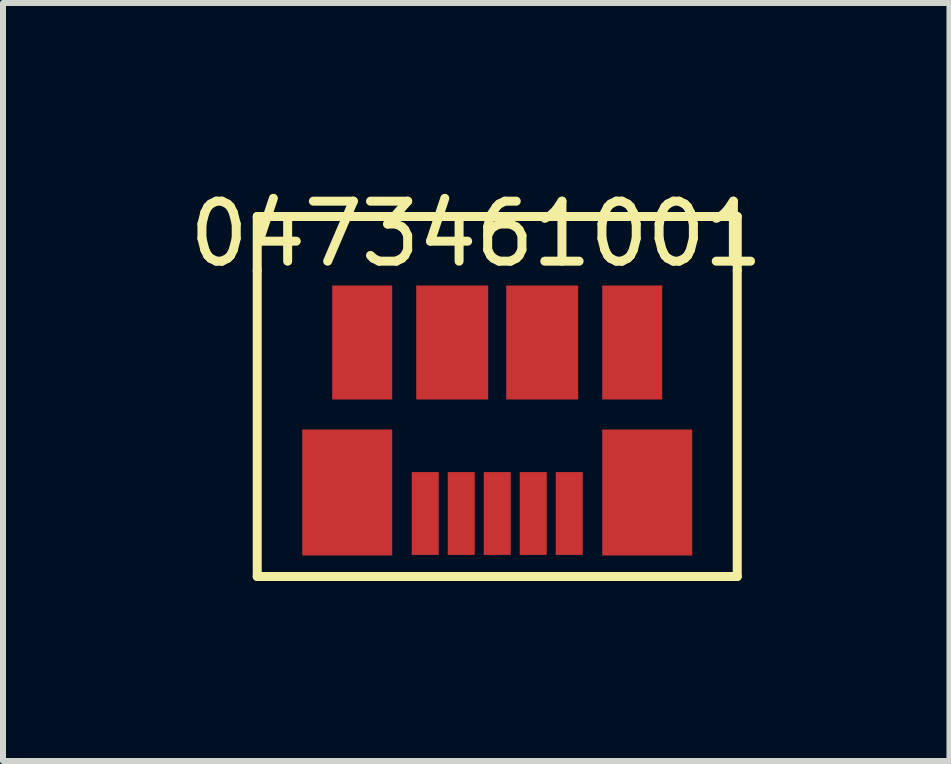
<source format=kicad_pcb>
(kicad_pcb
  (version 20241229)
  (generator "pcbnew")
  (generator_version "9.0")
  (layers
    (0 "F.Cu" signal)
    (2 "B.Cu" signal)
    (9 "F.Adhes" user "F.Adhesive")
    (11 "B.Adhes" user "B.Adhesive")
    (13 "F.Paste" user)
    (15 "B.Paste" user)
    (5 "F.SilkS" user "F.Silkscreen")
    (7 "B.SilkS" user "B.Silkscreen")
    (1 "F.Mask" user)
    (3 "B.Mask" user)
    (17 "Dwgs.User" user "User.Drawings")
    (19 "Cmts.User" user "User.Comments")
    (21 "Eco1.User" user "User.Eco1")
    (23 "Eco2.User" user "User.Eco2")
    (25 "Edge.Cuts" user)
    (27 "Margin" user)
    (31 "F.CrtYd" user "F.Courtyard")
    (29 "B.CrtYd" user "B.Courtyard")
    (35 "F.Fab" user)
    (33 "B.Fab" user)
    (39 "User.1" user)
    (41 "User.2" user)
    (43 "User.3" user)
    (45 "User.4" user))
  (footprint "0473461001"
    (layer "F.Cu")
    (at 4.887 0.348)
    (property "Reference" "0473461001" (at 0 0.5 0) (layer "F.SilkS") (effects (font (size 1 1) (thickness 0.15))))
    (attr through_hole)
    (fp_line (start -3.65 0.21) (end -3.65 1.11) (stroke (width 0.15) (type solid)) (layer "F.SilkS"))
    (fp_line (start -3.65 1.11) (end -3.65 6.21) (stroke (width 0.15) (type solid)) (layer "F.SilkS"))
    (fp_line (start -3.65 6.21) (end 4.35 6.21) (stroke (width 0.15) (type solid)) (layer "F.SilkS"))
    (fp_line (start 4.35 0.21) (end -3.65 0.21) (stroke (width 0.15) (type solid)) (layer "F.SilkS"))
    (fp_line (start 4.35 0.21) (end 4.35 1.11) (stroke (width 0.15) (type solid)) (layer "F.SilkS"))
    (fp_line (start 4.35 1.11) (end 4.35 6.21) (stroke (width 0.15) (type solid)) (layer "F.SilkS"))
    (pad "1" smd rect (at 1.55 5.16) (size 0.45 1.38) (layers "F.Cu" "F.Mask" "F.Paste"))
    (pad "2" smd rect (at 0.95 5.16) (size 0.45 1.38) (layers "F.Cu" "F.Mask" "F.Paste"))
    (pad "3" smd rect (at 0.35 5.16) (size 0.45 1.38) (layers "F.Cu" "F.Mask" "F.Paste"))
    (pad "4" smd rect (at -0.25 5.16) (size 0.45 1.38) (layers "F.Cu" "F.Mask" "F.Paste"))
    (pad "5" smd rect (at -2.15 4.81) (size 1.5 2.1) (layers "F.Cu" "F.Mask" "F.Paste"))
    (pad "5" smd rect (at -1.9 2.31) (size 1 1.9) (layers "F.Cu" "F.Mask" "F.Paste"))
    (pad "5" smd rect (at -0.85 5.16) (size 0.45 1.38) (layers "F.Cu" "F.Mask" "F.Paste"))
    (pad "5" smd rect (at -0.4 2.31) (size 1.2 1.9) (layers "F.Cu" "F.Mask" "F.Paste"))
    (pad "5" smd rect (at 1.1 2.31) (size 1.2 1.9) (layers "F.Cu" "F.Mask" "F.Paste"))
    (pad "5" smd rect (at 2.6 2.31) (size 1 1.9) (layers "F.Cu" "F.Mask" "F.Paste"))
    (pad "5" smd rect (at 2.85 4.81) (size 1.5 2.1) (layers "F.Cu" "F.Mask" "F.Paste")))
  (gr_rect
    (start -3 -3)
    (end 12.774 9.633)
    (stroke (width 0.1) (type default))
    (fill no)
    (layer "Edge.Cuts")))
</source>
